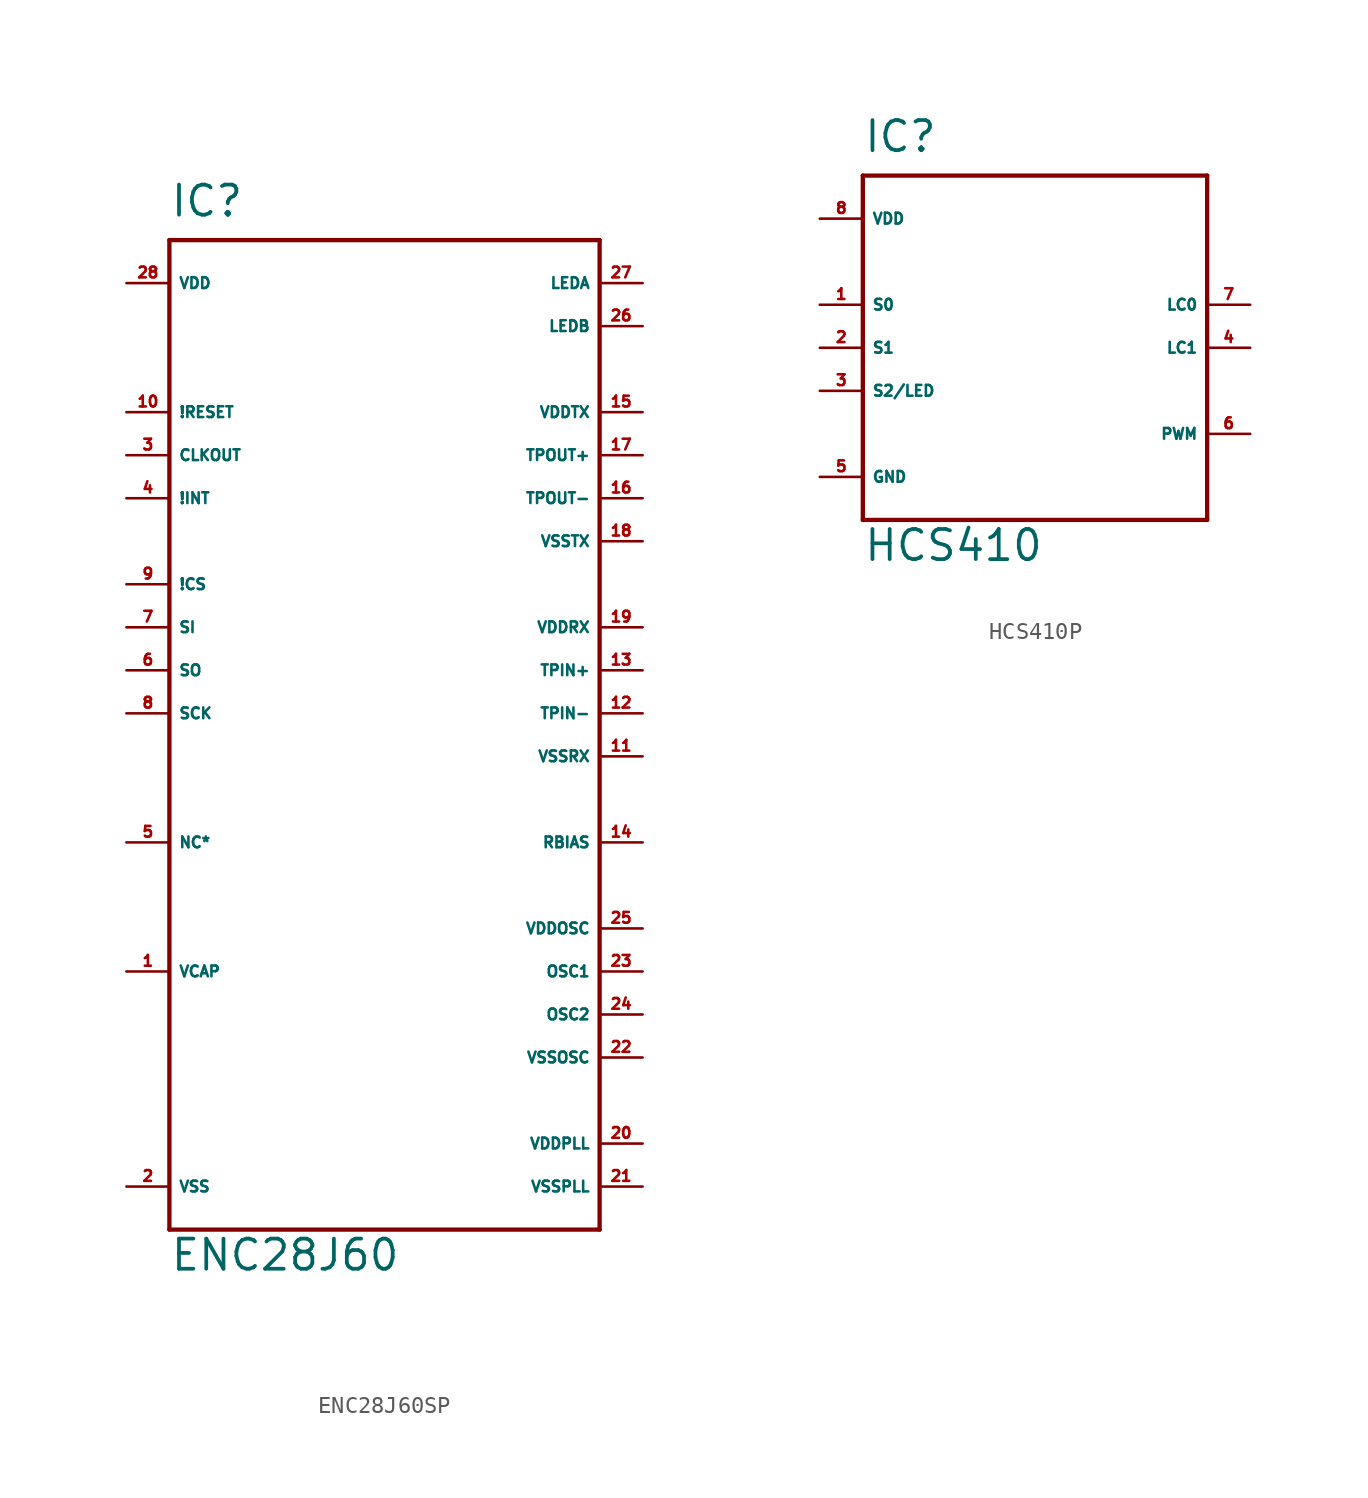
<source format=kicad_sym>
(kicad_symbol_lib
  (version 20220914)
  (generator Eagle2Kicad)
  (symbol "ENC28J60SP"
    (property "Reference" "IC"
      (at -12.7 29.21 0)
      (effects (font (size 1.778 1.778) (thickness 0.22)) (justify left bottom)))
    (property "Value" "ENC28J60"
      (at -12.7 -33.02 0)
      (effects (font (size 1.778 1.778) (thickness 0.22)) (justify left bottom)))
    (polyline
      (pts (xy -12.7 27.94) (xy 12.7 27.94))
      (stroke (width 0.254) (type default))
      (fill (type none)))
    (polyline
      (pts (xy 12.7 27.94) (xy 12.7 -30.48))
      (stroke (width 0.254) (type default))
      (fill (type none)))
    (polyline
      (pts (xy 12.7 -30.48) (xy -12.7 -30.48))
      (stroke (width 0.254) (type default))
      (fill (type none)))
    (polyline
      (pts (xy -12.7 -30.48) (xy -12.7 27.94))
      (stroke (width 0.254) (type default))
      (fill (type none)))
    (pin input line
      (at -15.24 -15.24 0)
      (length 2.54)
      (name "VCAP" (effects (font (size 0.635 0.635) (thickness 0.08)) (justify left bottom)))
      (number "1" (effects (font (size 0.635 0.635) (thickness 0.08)) (justify left bottom))))
    (pin input line
      (at -15.24 -27.94 0)
      (length 2.54)
      (name "VSS" (effects (font (size 0.635 0.635) (thickness 0.08)) (justify left bottom)))
      (number "2" (effects (font (size 0.635 0.635) (thickness 0.08)) (justify left bottom))))
    (pin output line
      (at -15.24 15.24 0)
      (length 2.54)
      (name "CLKOUT" (effects (font (size 0.635 0.635) (thickness 0.08)) (justify left bottom)))
      (number "3" (effects (font (size 0.635 0.635) (thickness 0.08)) (justify left bottom))))
    (pin output line
      (at -15.24 12.7 0)
      (length 2.54)
      (name "!INT" (effects (font (size 0.635 0.635) (thickness 0.08)) (justify left bottom)))
      (number "4" (effects (font (size 0.635 0.635) (thickness 0.08)) (justify left bottom))))
    (pin output line
      (at -15.24 -7.62 0)
      (length 2.54)
      (name "NC*" (effects (font (size 0.635 0.635) (thickness 0.08)) (justify left bottom)))
      (number "5" (effects (font (size 0.635 0.635) (thickness 0.08)) (justify left bottom))))
    (pin output line
      (at -15.24 2.54 0)
      (length 2.54)
      (name "SO" (effects (font (size 0.635 0.635) (thickness 0.08)) (justify left bottom)))
      (number "6" (effects (font (size 0.635 0.635) (thickness 0.08)) (justify left bottom))))
    (pin input line
      (at -15.24 5.08 0)
      (length 2.54)
      (name "SI" (effects (font (size 0.635 0.635) (thickness 0.08)) (justify left bottom)))
      (number "7" (effects (font (size 0.635 0.635) (thickness 0.08)) (justify left bottom))))
    (pin input line
      (at -15.24 0 0)
      (length 2.54)
      (name "SCK" (effects (font (size 0.635 0.635) (thickness 0.08)) (justify left bottom)))
      (number "8" (effects (font (size 0.635 0.635) (thickness 0.08)) (justify left bottom))))
    (pin input line
      (at -15.24 7.62 0)
      (length 2.54)
      (name "!CS" (effects (font (size 0.635 0.635) (thickness 0.08)) (justify left bottom)))
      (number "9" (effects (font (size 0.635 0.635) (thickness 0.08)) (justify left bottom))))
    (pin input line
      (at -15.24 17.78 0)
      (length 2.54)
      (name "!RESET" (effects (font (size 0.635 0.635) (thickness 0.08)) (justify left bottom)))
      (number "10" (effects (font (size 0.635 0.635) (thickness 0.08)) (justify left bottom))))
    (pin input line
      (at 15.24 -2.54 180)
      (length 2.54)
      (name "VSSRX" (effects (font (size 0.635 0.635) (thickness 0.08)) (justify left bottom)))
      (number "11" (effects (font (size 0.635 0.635) (thickness 0.08)) (justify left bottom))))
    (pin input line
      (at 15.24 2.54 180)
      (length 2.54)
      (name "TPIN+" (effects (font (size 0.635 0.635) (thickness 0.08)) (justify left bottom)))
      (number "13" (effects (font (size 0.635 0.635) (thickness 0.08)) (justify left bottom))))
    (pin input line
      (at 15.24 0 180)
      (length 2.54)
      (name "TPIN-" (effects (font (size 0.635 0.635) (thickness 0.08)) (justify left bottom)))
      (number "12" (effects (font (size 0.635 0.635) (thickness 0.08)) (justify left bottom))))
    (pin input line
      (at 15.24 -7.62 180)
      (length 2.54)
      (name "RBIAS" (effects (font (size 0.635 0.635) (thickness 0.08)) (justify left bottom)))
      (number "14" (effects (font (size 0.635 0.635) (thickness 0.08)) (justify left bottom))))
    (pin input line
      (at 15.24 17.78 180)
      (length 2.54)
      (name "VDDTX" (effects (font (size 0.635 0.635) (thickness 0.08)) (justify left bottom)))
      (number "15" (effects (font (size 0.635 0.635) (thickness 0.08)) (justify left bottom))))
    (pin output line
      (at 15.24 12.7 180)
      (length 2.54)
      (name "TPOUT-" (effects (font (size 0.635 0.635) (thickness 0.08)) (justify left bottom)))
      (number "16" (effects (font (size 0.635 0.635) (thickness 0.08)) (justify left bottom))))
    (pin output line
      (at 15.24 15.24 180)
      (length 2.54)
      (name "TPOUT+" (effects (font (size 0.635 0.635) (thickness 0.08)) (justify left bottom)))
      (number "17" (effects (font (size 0.635 0.635) (thickness 0.08)) (justify left bottom))))
    (pin input line
      (at 15.24 10.16 180)
      (length 2.54)
      (name "VSSTX" (effects (font (size 0.635 0.635) (thickness 0.08)) (justify left bottom)))
      (number "18" (effects (font (size 0.635 0.635) (thickness 0.08)) (justify left bottom))))
    (pin input line
      (at 15.24 5.08 180)
      (length 2.54)
      (name "VDDRX" (effects (font (size 0.635 0.635) (thickness 0.08)) (justify left bottom)))
      (number "19" (effects (font (size 0.635 0.635) (thickness 0.08)) (justify left bottom))))
    (pin input line
      (at 15.24 -25.4 180)
      (length 2.54)
      (name "VDDPLL" (effects (font (size 0.635 0.635) (thickness 0.08)) (justify left bottom)))
      (number "20" (effects (font (size 0.635 0.635) (thickness 0.08)) (justify left bottom))))
    (pin input line
      (at 15.24 -27.94 180)
      (length 2.54)
      (name "VSSPLL" (effects (font (size 0.635 0.635) (thickness 0.08)) (justify left bottom)))
      (number "21" (effects (font (size 0.635 0.635) (thickness 0.08)) (justify left bottom))))
    (pin input line
      (at 15.24 -20.32 180)
      (length 2.54)
      (name "VSSOSC" (effects (font (size 0.635 0.635) (thickness 0.08)) (justify left bottom)))
      (number "22" (effects (font (size 0.635 0.635) (thickness 0.08)) (justify left bottom))))
    (pin input line
      (at 15.24 -15.24 180)
      (length 2.54)
      (name "OSC1" (effects (font (size 0.635 0.635) (thickness 0.08)) (justify left bottom)))
      (number "23" (effects (font (size 0.635 0.635) (thickness 0.08)) (justify left bottom))))
    (pin output line
      (at 15.24 -17.78 180)
      (length 2.54)
      (name "OSC2" (effects (font (size 0.635 0.635) (thickness 0.08)) (justify left bottom)))
      (number "24" (effects (font (size 0.635 0.635) (thickness 0.08)) (justify left bottom))))
    (pin input line
      (at 15.24 -12.7 180)
      (length 2.54)
      (name "VDDOSC" (effects (font (size 0.635 0.635) (thickness 0.08)) (justify left bottom)))
      (number "25" (effects (font (size 0.635 0.635) (thickness 0.08)) (justify left bottom))))
    (pin output line
      (at 15.24 22.86 180)
      (length 2.54)
      (name "LEDB" (effects (font (size 0.635 0.635) (thickness 0.08)) (justify left bottom)))
      (number "26" (effects (font (size 0.635 0.635) (thickness 0.08)) (justify left bottom))))
    (pin output line
      (at 15.24 25.4 180)
      (length 2.54)
      (name "LEDA" (effects (font (size 0.635 0.635) (thickness 0.08)) (justify left bottom)))
      (number "27" (effects (font (size 0.635 0.635) (thickness 0.08)) (justify left bottom))))
    (pin input line
      (at -15.24 25.4 0)
      (length 2.54)
      (name "VDD" (effects (font (size 0.635 0.635) (thickness 0.08)) (justify left bottom)))
      (number "28" (effects (font (size 0.635 0.635) (thickness 0.08)) (justify left bottom)))))
  (symbol "HCS410P"
    (property "Reference" "IC"
      (at -10.16 11.43 0)
      (effects (font (size 1.778 1.778) (thickness 0.22)) (justify left bottom)))
    (property "Value" "HCS410"
      (at -10.16 -12.7 0)
      (effects (font (size 1.778 1.778) (thickness 0.22)) (justify left bottom)))
    (polyline
      (pts (xy -10.16 10.16) (xy 10.16 10.16))
      (stroke (width 0.254) (type default))
      (fill (type none)))
    (polyline
      (pts (xy 10.16 10.16) (xy 10.16 -10.16))
      (stroke (width 0.254) (type default))
      (fill (type none)))
    (polyline
      (pts (xy 10.16 -10.16) (xy -10.16 -10.16))
      (stroke (width 0.254) (type default))
      (fill (type none)))
    (polyline
      (pts (xy -10.16 -10.16) (xy -10.16 10.16))
      (stroke (width 0.254) (type default))
      (fill (type none)))
    (pin unspecified line
      (at -12.7 7.62 0)
      (length 2.54)
      (name "VDD" (effects (font (size 0.635 0.635) (thickness 0.08)) (justify left bottom)))
      (number "8" (effects (font (size 0.635 0.635) (thickness 0.08)) (justify left bottom))))
    (pin unspecified line
      (at -12.7 -7.62 0)
      (length 2.54)
      (name "GND" (effects (font (size 0.635 0.635) (thickness 0.08)) (justify left bottom)))
      (number "5" (effects (font (size 0.635 0.635) (thickness 0.08)) (justify left bottom))))
    (pin input line
      (at -12.7 2.54 0)
      (length 2.54)
      (name "S0" (effects (font (size 0.635 0.635) (thickness 0.08)) (justify left bottom)))
      (number "1" (effects (font (size 0.635 0.635) (thickness 0.08)) (justify left bottom))))
    (pin input line
      (at -12.7 0 0)
      (length 2.54)
      (name "S1" (effects (font (size 0.635 0.635) (thickness 0.08)) (justify left bottom)))
      (number "2" (effects (font (size 0.635 0.635) (thickness 0.08)) (justify left bottom))))
    (pin bidirectional line
      (at 12.7 2.54 180)
      (length 2.54)
      (name "LC0" (effects (font (size 0.635 0.635) (thickness 0.08)) (justify left bottom)))
      (number "7" (effects (font (size 0.635 0.635) (thickness 0.08)) (justify left bottom))))
    (pin bidirectional line
      (at 12.7 0 180)
      (length 2.54)
      (name "LC1" (effects (font (size 0.635 0.635) (thickness 0.08)) (justify left bottom)))
      (number "4" (effects (font (size 0.635 0.635) (thickness 0.08)) (justify left bottom))))
    (pin bidirectional line
      (at -12.7 -2.54 0)
      (length 2.54)
      (name "S2/LED" (effects (font (size 0.635 0.635) (thickness 0.08)) (justify left bottom)))
      (number "3" (effects (font (size 0.635 0.635) (thickness 0.08)) (justify left bottom))))
    (pin bidirectional line
      (at 12.7 -5.08 180)
      (length 2.54)
      (name "PWM" (effects (font (size 0.635 0.635) (thickness 0.08)) (justify left bottom)))
      (number "6" (effects (font (size 0.635 0.635) (thickness 0.08)) (justify left bottom))))))
</source>
